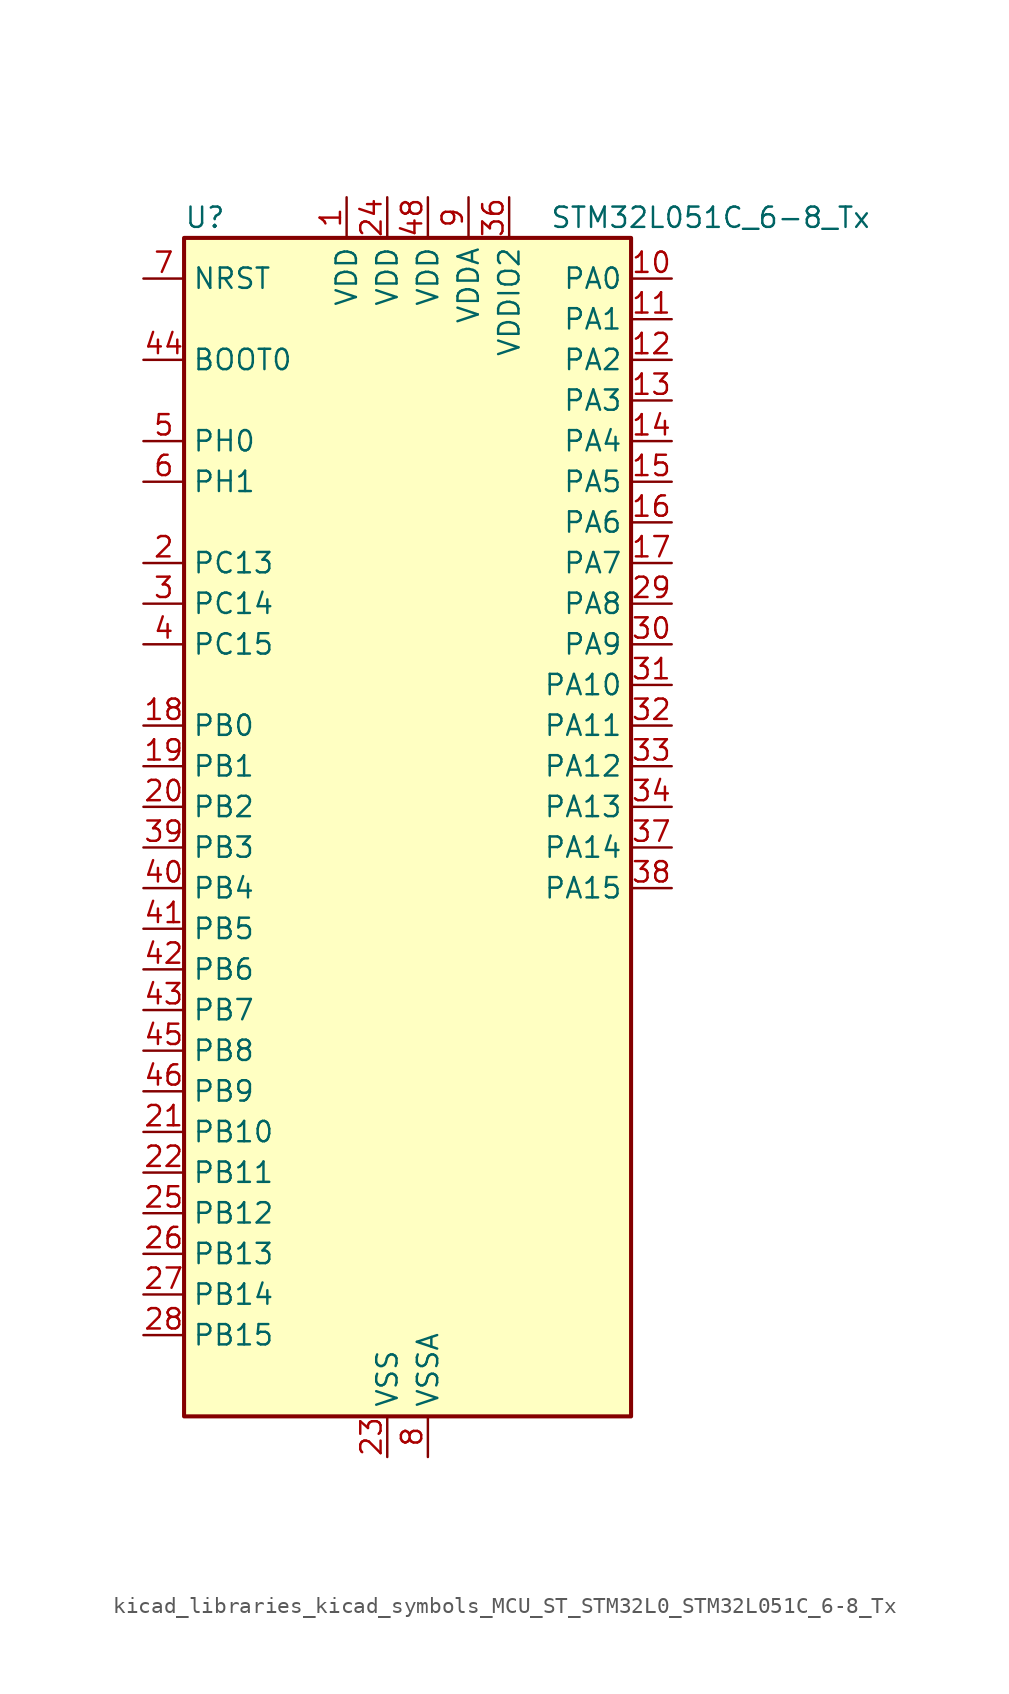
<source format=kicad_sym>
(kicad_symbol_lib
  (version 20220914)
  (generator kicad_symbol_editor)
  (symbol "kicad_libraries_kicad_symbols_MCU_ST_STM32L0_STM32L051C_6-8_Tx"
    (property "Reference" "U"
      (at -12.7 39.37 0)
      (effects (font (size 1.27 1.27)) (justify left)))
    (property "Value" "STM32L051C_6-8_Tx"
      (at 10.16 39.37 0)
      (effects (font (size 1.27 1.27)) (justify left)))
    (property "ki_locked" ""
      (at 0 0 0)
      (effects (font (size 1.27 1.27))))
    (symbol "kicad_libraries_kicad_symbols_MCU_ST_STM32L0_STM32L051C_6-8_Tx_0_1"
      (rectangle (start -12.7 -35.56) (end 15.24 38.1) (stroke (width 0.254) (type default)) (fill (type background))))
    (symbol "kicad_libraries_kicad_symbols_MCU_ST_STM32L0_STM32L051C_6-8_Tx_1_1"
      (pin power_in line (at -2.54 40.64 270) (length 2.54) (name "VDD" (effects (font (size 1.27 1.27)))) (number "1" (effects (font (size 1.27 1.27)))))
      (pin bidirectional line (at 17.78 35.56 180) (length 2.54) (name "PA0" (effects (font (size 1.27 1.27)))) (number "10" (effects (font (size 1.27 1.27)))) (alternate "ADC_IN0" bidirectional line) (alternate "COMP1_INM" bidirectional line) (alternate "COMP1_OUT" bidirectional line) (alternate "RTC_TAMP2" bidirectional line) (alternate "SYS_WKUP1" bidirectional line) (alternate "TIM2_CH1" bidirectional line) (alternate "TIM2_ETR" bidirectional line) (alternate "USART2_CTS" bidirectional line))
      (pin bidirectional line (at 17.78 33.02 180) (length 2.54) (name "PA1" (effects (font (size 1.27 1.27)))) (number "11" (effects (font (size 1.27 1.27)))) (alternate "ADC_IN1" bidirectional line) (alternate "COMP1_INP" bidirectional line) (alternate "TIM21_ETR" bidirectional line) (alternate "TIM2_CH2" bidirectional line) (alternate "USART2_DE" bidirectional line) (alternate "USART2_RTS" bidirectional line))
      (pin bidirectional line (at 17.78 30.48 180) (length 2.54) (name "PA2" (effects (font (size 1.27 1.27)))) (number "12" (effects (font (size 1.27 1.27)))) (alternate "ADC_IN2" bidirectional line) (alternate "COMP2_INM" bidirectional line) (alternate "COMP2_OUT" bidirectional line) (alternate "TIM21_CH1" bidirectional line) (alternate "TIM2_CH3" bidirectional line) (alternate "USART2_TX" bidirectional line))
      (pin bidirectional line (at 17.78 27.94 180) (length 2.54) (name "PA3" (effects (font (size 1.27 1.27)))) (number "13" (effects (font (size 1.27 1.27)))) (alternate "ADC_IN3" bidirectional line) (alternate "COMP2_INP" bidirectional line) (alternate "TIM21_CH2" bidirectional line) (alternate "TIM2_CH4" bidirectional line) (alternate "USART2_RX" bidirectional line))
      (pin bidirectional line (at 17.78 25.4 180) (length 2.54) (name "PA4" (effects (font (size 1.27 1.27)))) (number "14" (effects (font (size 1.27 1.27)))) (alternate "ADC_IN4" bidirectional line) (alternate "COMP1_INM" bidirectional line) (alternate "COMP2_INM" bidirectional line) (alternate "SPI1_NSS" bidirectional line) (alternate "TIM22_ETR" bidirectional line) (alternate "USART2_CK" bidirectional line))
      (pin bidirectional line (at 17.78 22.86 180) (length 2.54) (name "PA5" (effects (font (size 1.27 1.27)))) (number "15" (effects (font (size 1.27 1.27)))) (alternate "ADC_IN5" bidirectional line) (alternate "COMP1_INM" bidirectional line) (alternate "COMP2_INM" bidirectional line) (alternate "SPI1_SCK" bidirectional line) (alternate "TIM2_CH1" bidirectional line) (alternate "TIM2_ETR" bidirectional line))
      (pin bidirectional line (at 17.78 20.32 180) (length 2.54) (name "PA6" (effects (font (size 1.27 1.27)))) (number "16" (effects (font (size 1.27 1.27)))) (alternate "ADC_IN6" bidirectional line) (alternate "COMP1_OUT" bidirectional line) (alternate "LPUART1_CTS" bidirectional line) (alternate "SPI1_MISO" bidirectional line) (alternate "TIM22_CH1" bidirectional line))
      (pin bidirectional line (at 17.78 17.78 180) (length 2.54) (name "PA7" (effects (font (size 1.27 1.27)))) (number "17" (effects (font (size 1.27 1.27)))) (alternate "ADC_IN7" bidirectional line) (alternate "COMP2_OUT" bidirectional line) (alternate "SPI1_MOSI" bidirectional line) (alternate "TIM22_CH2" bidirectional line))
      (pin bidirectional line (at -15.24 7.62 0) (length 2.54) (name "PB0" (effects (font (size 1.27 1.27)))) (number "18" (effects (font (size 1.27 1.27)))) (alternate "ADC_IN8" bidirectional line) (alternate "SYS_VREF_OUT_PB0" bidirectional line))
      (pin bidirectional line (at -15.24 5.08 0) (length 2.54) (name "PB1" (effects (font (size 1.27 1.27)))) (number "19" (effects (font (size 1.27 1.27)))) (alternate "ADC_IN9" bidirectional line) (alternate "LPUART1_DE" bidirectional line) (alternate "LPUART1_RTS" bidirectional line) (alternate "SYS_VREF_OUT_PB1" bidirectional line))
      (pin bidirectional line (at -15.24 17.78 0) (length 2.54) (name "PC13" (effects (font (size 1.27 1.27)))) (number "2" (effects (font (size 1.27 1.27)))) (alternate "RTC_OUT_ALARM" bidirectional line) (alternate "RTC_OUT_CALIB" bidirectional line) (alternate "RTC_TAMP1" bidirectional line) (alternate "RTC_TS" bidirectional line) (alternate "SYS_WKUP2" bidirectional line))
      (pin bidirectional line (at -15.24 2.54 0) (length 2.54) (name "PB2" (effects (font (size 1.27 1.27)))) (number "20" (effects (font (size 1.27 1.27)))) (alternate "LPTIM1_OUT" bidirectional line))
      (pin bidirectional line (at -15.24 -17.78 0) (length 2.54) (name "PB10" (effects (font (size 1.27 1.27)))) (number "21" (effects (font (size 1.27 1.27)))) (alternate "I2C2_SCL" bidirectional line) (alternate "LPUART1_TX" bidirectional line) (alternate "SPI2_SCK" bidirectional line) (alternate "TIM2_CH3" bidirectional line))
      (pin bidirectional line (at -15.24 -20.32 0) (length 2.54) (name "PB11" (effects (font (size 1.27 1.27)))) (number "22" (effects (font (size 1.27 1.27)))) (alternate "ADC_EXTI11" bidirectional line) (alternate "I2C2_SDA" bidirectional line) (alternate "LPUART1_RX" bidirectional line) (alternate "TIM2_CH4" bidirectional line))
      (pin power_in line (at 0 -38.1 90) (length 2.54) (name "VSS" (effects (font (size 1.27 1.27)))) (number "23" (effects (font (size 1.27 1.27)))))
      (pin power_in line (at 0 40.64 270) (length 2.54) (name "VDD" (effects (font (size 1.27 1.27)))) (number "24" (effects (font (size 1.27 1.27)))))
      (pin bidirectional line (at -15.24 -22.86 0) (length 2.54) (name "PB12" (effects (font (size 1.27 1.27)))) (number "25" (effects (font (size 1.27 1.27)))) (alternate "I2S2_WS" bidirectional line) (alternate "LPUART1_DE" bidirectional line) (alternate "LPUART1_RTS" bidirectional line) (alternate "SPI2_NSS" bidirectional line))
      (pin bidirectional line (at -15.24 -25.4 0) (length 2.54) (name "PB13" (effects (font (size 1.27 1.27)))) (number "26" (effects (font (size 1.27 1.27)))) (alternate "I2C2_SCL" bidirectional line) (alternate "I2S2_CK" bidirectional line) (alternate "LPUART1_CTS" bidirectional line) (alternate "SPI2_SCK" bidirectional line) (alternate "TIM21_CH1" bidirectional line))
      (pin bidirectional line (at -15.24 -27.94 0) (length 2.54) (name "PB14" (effects (font (size 1.27 1.27)))) (number "27" (effects (font (size 1.27 1.27)))) (alternate "I2C2_SDA" bidirectional line) (alternate "I2S2_MCK" bidirectional line) (alternate "LPUART1_DE" bidirectional line) (alternate "LPUART1_RTS" bidirectional line) (alternate "RTC_OUT_ALARM" bidirectional line) (alternate "RTC_OUT_CALIB" bidirectional line) (alternate "SPI2_MISO" bidirectional line) (alternate "TIM21_CH2" bidirectional line))
      (pin bidirectional line (at -15.24 -30.48 0) (length 2.54) (name "PB15" (effects (font (size 1.27 1.27)))) (number "28" (effects (font (size 1.27 1.27)))) (alternate "I2S2_SD" bidirectional line) (alternate "RTC_REFIN" bidirectional line) (alternate "SPI2_MOSI" bidirectional line))
      (pin bidirectional line (at 17.78 15.24 180) (length 2.54) (name "PA8" (effects (font (size 1.27 1.27)))) (number "29" (effects (font (size 1.27 1.27)))) (alternate "RCC_MCO" bidirectional line) (alternate "USART1_CK" bidirectional line))
      (pin bidirectional line (at -15.24 15.24 0) (length 2.54) (name "PC14" (effects (font (size 1.27 1.27)))) (number "3" (effects (font (size 1.27 1.27)))) (alternate "RCC_OSC32_IN" bidirectional line))
      (pin bidirectional line (at 17.78 12.7 180) (length 2.54) (name "PA9" (effects (font (size 1.27 1.27)))) (number "30" (effects (font (size 1.27 1.27)))) (alternate "RCC_MCO" bidirectional line) (alternate "USART1_TX" bidirectional line))
      (pin bidirectional line (at 17.78 10.16 180) (length 2.54) (name "PA10" (effects (font (size 1.27 1.27)))) (number "31" (effects (font (size 1.27 1.27)))) (alternate "USART1_RX" bidirectional line))
      (pin bidirectional line (at 17.78 7.62 180) (length 2.54) (name "PA11" (effects (font (size 1.27 1.27)))) (number "32" (effects (font (size 1.27 1.27)))) (alternate "ADC_EXTI11" bidirectional line) (alternate "COMP1_OUT" bidirectional line) (alternate "SPI1_MISO" bidirectional line) (alternate "USART1_CTS" bidirectional line))
      (pin bidirectional line (at 17.78 5.08 180) (length 2.54) (name "PA12" (effects (font (size 1.27 1.27)))) (number "33" (effects (font (size 1.27 1.27)))) (alternate "COMP2_OUT" bidirectional line) (alternate "SPI1_MOSI" bidirectional line) (alternate "USART1_DE" bidirectional line) (alternate "USART1_RTS" bidirectional line))
      (pin bidirectional line (at 17.78 2.54 180) (length 2.54) (name "PA13" (effects (font (size 1.27 1.27)))) (number "34" (effects (font (size 1.27 1.27)))) (alternate "SYS_SWDIO" bidirectional line))
      (pin passive line (at 0 -38.1 90) (length 2.54) hide (name "VSS" (effects (font (size 1.27 1.27)))) (number "35" (effects (font (size 1.27 1.27)))))
      (pin power_in line (at 7.62 40.64 270) (length 2.54) (name "VDDIO2" (effects (font (size 1.27 1.27)))) (number "36" (effects (font (size 1.27 1.27)))))
      (pin bidirectional line (at 17.78 0 180) (length 2.54) (name "PA14" (effects (font (size 1.27 1.27)))) (number "37" (effects (font (size 1.27 1.27)))) (alternate "SYS_SWCLK" bidirectional line) (alternate "USART2_TX" bidirectional line))
      (pin bidirectional line (at 17.78 -2.54 180) (length 2.54) (name "PA15" (effects (font (size 1.27 1.27)))) (number "38" (effects (font (size 1.27 1.27)))) (alternate "SPI1_NSS" bidirectional line) (alternate "TIM2_CH1" bidirectional line) (alternate "TIM2_ETR" bidirectional line) (alternate "USART2_RX" bidirectional line))
      (pin bidirectional line (at -15.24 0 0) (length 2.54) (name "PB3" (effects (font (size 1.27 1.27)))) (number "39" (effects (font (size 1.27 1.27)))) (alternate "COMP2_INM" bidirectional line) (alternate "SPI1_SCK" bidirectional line) (alternate "TIM2_CH2" bidirectional line))
      (pin bidirectional line (at -15.24 12.7 0) (length 2.54) (name "PC15" (effects (font (size 1.27 1.27)))) (number "4" (effects (font (size 1.27 1.27)))) (alternate "RCC_OSC32_OUT" bidirectional line))
      (pin bidirectional line (at -15.24 -2.54 0) (length 2.54) (name "PB4" (effects (font (size 1.27 1.27)))) (number "40" (effects (font (size 1.27 1.27)))) (alternate "COMP2_INP" bidirectional line) (alternate "SPI1_MISO" bidirectional line) (alternate "TIM22_CH1" bidirectional line))
      (pin bidirectional line (at -15.24 -5.08 0) (length 2.54) (name "PB5" (effects (font (size 1.27 1.27)))) (number "41" (effects (font (size 1.27 1.27)))) (alternate "COMP2_INP" bidirectional line) (alternate "I2C1_SMBA" bidirectional line) (alternate "LPTIM1_IN1" bidirectional line) (alternate "SPI1_MOSI" bidirectional line) (alternate "TIM22_CH2" bidirectional line))
      (pin bidirectional line (at -15.24 -7.62 0) (length 2.54) (name "PB6" (effects (font (size 1.27 1.27)))) (number "42" (effects (font (size 1.27 1.27)))) (alternate "COMP2_INP" bidirectional line) (alternate "I2C1_SCL" bidirectional line) (alternate "LPTIM1_ETR" bidirectional line) (alternate "USART1_TX" bidirectional line))
      (pin bidirectional line (at -15.24 -10.16 0) (length 2.54) (name "PB7" (effects (font (size 1.27 1.27)))) (number "43" (effects (font (size 1.27 1.27)))) (alternate "COMP2_INP" bidirectional line) (alternate "I2C1_SDA" bidirectional line) (alternate "LPTIM1_IN2" bidirectional line) (alternate "SYS_PVD_IN" bidirectional line) (alternate "USART1_RX" bidirectional line))
      (pin input line (at -15.24 30.48 0) (length 2.54) (name "BOOT0" (effects (font (size 1.27 1.27)))) (number "44" (effects (font (size 1.27 1.27)))))
      (pin bidirectional line (at -15.24 -12.7 0) (length 2.54) (name "PB8" (effects (font (size 1.27 1.27)))) (number "45" (effects (font (size 1.27 1.27)))) (alternate "I2C1_SCL" bidirectional line))
      (pin bidirectional line (at -15.24 -15.24 0) (length 2.54) (name "PB9" (effects (font (size 1.27 1.27)))) (number "46" (effects (font (size 1.27 1.27)))) (alternate "I2C1_SDA" bidirectional line) (alternate "I2S2_WS" bidirectional line) (alternate "SPI2_NSS" bidirectional line))
      (pin passive line (at 0 -38.1 90) (length 2.54) hide (name "VSS" (effects (font (size 1.27 1.27)))) (number "47" (effects (font (size 1.27 1.27)))))
      (pin power_in line (at 2.54 40.64 270) (length 2.54) (name "VDD" (effects (font (size 1.27 1.27)))) (number "48" (effects (font (size 1.27 1.27)))))
      (pin bidirectional line (at -15.24 25.4 0) (length 2.54) (name "PH0" (effects (font (size 1.27 1.27)))) (number "5" (effects (font (size 1.27 1.27)))) (alternate "RCC_OSC_IN" bidirectional line))
      (pin bidirectional line (at -15.24 22.86 0) (length 2.54) (name "PH1" (effects (font (size 1.27 1.27)))) (number "6" (effects (font (size 1.27 1.27)))) (alternate "RCC_OSC_OUT" bidirectional line))
      (pin input line (at -15.24 35.56 0) (length 2.54) (name "NRST" (effects (font (size 1.27 1.27)))) (number "7" (effects (font (size 1.27 1.27)))))
      (pin power_in line (at 2.54 -38.1 90) (length 2.54) (name "VSSA" (effects (font (size 1.27 1.27)))) (number "8" (effects (font (size 1.27 1.27)))))
      (pin power_in line (at 5.08 40.64 270) (length 2.54) (name "VDDA" (effects (font (size 1.27 1.27)))) (number "9" (effects (font (size 1.27 1.27))))))))
</source>
